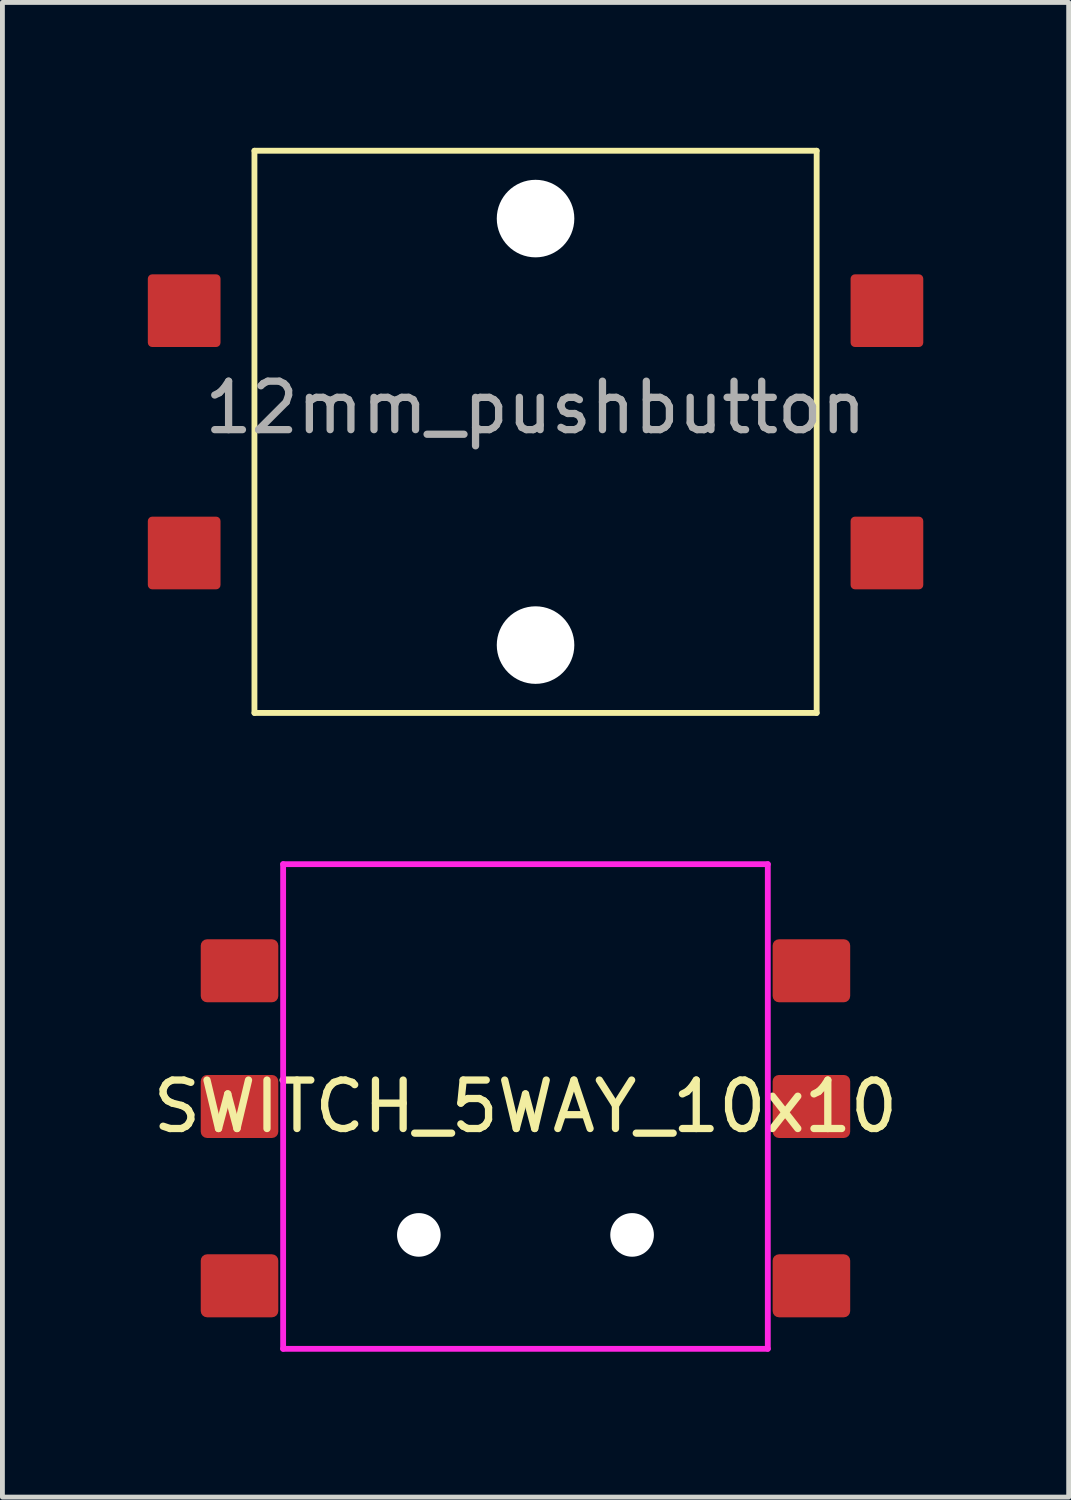
<source format=kicad_pcb>
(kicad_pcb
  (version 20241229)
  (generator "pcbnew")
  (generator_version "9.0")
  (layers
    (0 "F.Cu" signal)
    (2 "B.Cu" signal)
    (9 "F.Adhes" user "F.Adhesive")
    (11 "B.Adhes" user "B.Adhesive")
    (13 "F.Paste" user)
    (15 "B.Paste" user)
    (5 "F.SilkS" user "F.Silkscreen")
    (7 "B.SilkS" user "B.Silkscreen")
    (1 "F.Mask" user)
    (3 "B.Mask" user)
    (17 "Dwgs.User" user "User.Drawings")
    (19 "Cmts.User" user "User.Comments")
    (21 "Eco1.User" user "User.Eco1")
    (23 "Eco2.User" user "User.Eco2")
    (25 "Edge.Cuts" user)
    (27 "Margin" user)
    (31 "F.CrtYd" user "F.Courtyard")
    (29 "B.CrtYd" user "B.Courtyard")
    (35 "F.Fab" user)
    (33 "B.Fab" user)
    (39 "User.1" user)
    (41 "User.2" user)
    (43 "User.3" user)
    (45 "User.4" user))
  (footprint "12mm_pushbutton"
    (layer "F.Cu")
    (at 8 5.86)
    (property "Reference" "12mm_pushbutton" (at 0 -0.5 0) (unlocked yes) (layer "F.Fab") (effects (font (size 1 1) (thickness 0.15))))
    (fp_line (start -5.8 -5.8) (end -5.8 5.8) (stroke (width 0.12) (type solid)) (layer "F.SilkS"))
    (fp_line (start -5.8 5.8) (end 5.8 5.8) (stroke (width 0.12) (type solid)) (layer "F.SilkS"))
    (fp_line (start 5.8 -5.8) (end -5.8 -5.8) (stroke (width 0.12) (type solid)) (layer "F.SilkS"))
    (fp_line (start 5.8 5.8) (end 5.8 -5.8) (stroke (width 0.12) (type solid)) (layer "F.SilkS"))
    (pad "" np_thru_hole circle (at 0 -4.4) (size 1.6 1.6) (drill 1.6) (layers "*.Cu" "*.Mask"))
    (pad "" np_thru_hole circle (at 0 4.4) (size 1.6 1.6) (drill 1.6) (layers "*.Cu" "*.Mask"))
    (pad "1" smd roundrect (at -7.25 -2.5) (size 1.5 1.5) (layers "F.Cu" "F.Mask" "F.Paste") (roundrect_rratio 0.06))
    (pad "1" smd roundrect (at 7.25 -2.5) (size 1.5 1.5) (layers "F.Cu" "F.Mask" "F.Paste") (roundrect_rratio 0.06))
    (pad "2" smd roundrect (at -7.25 2.5) (size 1.5 1.5) (layers "F.Cu" "F.Mask" "F.Paste") (roundrect_rratio 0.06))
    (pad "2" smd roundrect (at 7.25 2.5) (size 1.5 1.5) (layers "F.Cu" "F.Mask" "F.Paste") (roundrect_rratio 0.06)))
  (footprint "SWITCH_5WAY_10x10"
    (layer "F.Cu")
    (at 7.792 19.78)
    (property "Reference" "SWITCH_5WAY_10x10" (at 0 0 0) (layer "F.SilkS") (effects (font (size 1 1) (thickness 0.15))))
    (attr through_hole)
    (fp_line (start -5 -5) (end -5 5) (stroke (width 0.12) (type solid)) (layer "F.CrtYd"))
    (fp_line (start -5 5) (end 5 5) (stroke (width 0.12) (type solid)) (layer "F.CrtYd"))
    (fp_line (start 5 -5) (end -5 -5) (stroke (width 0.12) (type solid)) (layer "F.CrtYd"))
    (fp_line (start 5 5) (end 5 -5) (stroke (width 0.12) (type solid)) (layer "F.CrtYd"))
    (pad "" np_thru_hole circle (at -2.2 2.65) (size 0.9 0.9) (drill 0.9) (layers "*.Cu" "*.Mask"))
    (pad "" np_thru_hole circle (at 2.2 2.65) (size 0.9 0.9) (drill 0.9) (layers "*.Cu" "*.Mask"))
    (pad "1" smd roundrect (at -5.9 -2.8) (size 1.6 1.3) (layers "F.Cu" "F.Mask" "F.Paste") (roundrect_rratio 0.1))
    (pad "2" smd roundrect (at -5.9 0) (size 1.6 1.3) (layers "F.Cu" "F.Mask" "F.Paste") (roundrect_rratio 0.1))
    (pad "3" smd roundrect (at -5.9 3.7) (size 1.6 1.3) (layers "F.Cu" "F.Mask" "F.Paste") (roundrect_rratio 0.1))
    (pad "4" smd roundrect (at 5.9 -2.8) (size 1.6 1.3) (layers "F.Cu" "F.Mask" "F.Paste") (roundrect_rratio 0.1))
    (pad "5" smd roundrect (at 5.9 0) (size 1.6 1.3) (layers "F.Cu" "F.Mask" "F.Paste") (roundrect_rratio 0.1))
    (pad "6" smd roundrect (at 5.9 3.7) (size 1.6 1.3) (layers "F.Cu" "F.Mask" "F.Paste") (roundrect_rratio 0.1)))
  (gr_rect
    (start -3 -3)
    (end 19 27.84)
    (stroke (width 0.1) (type default))
    (fill no)
    (layer "Edge.Cuts")))
</source>
